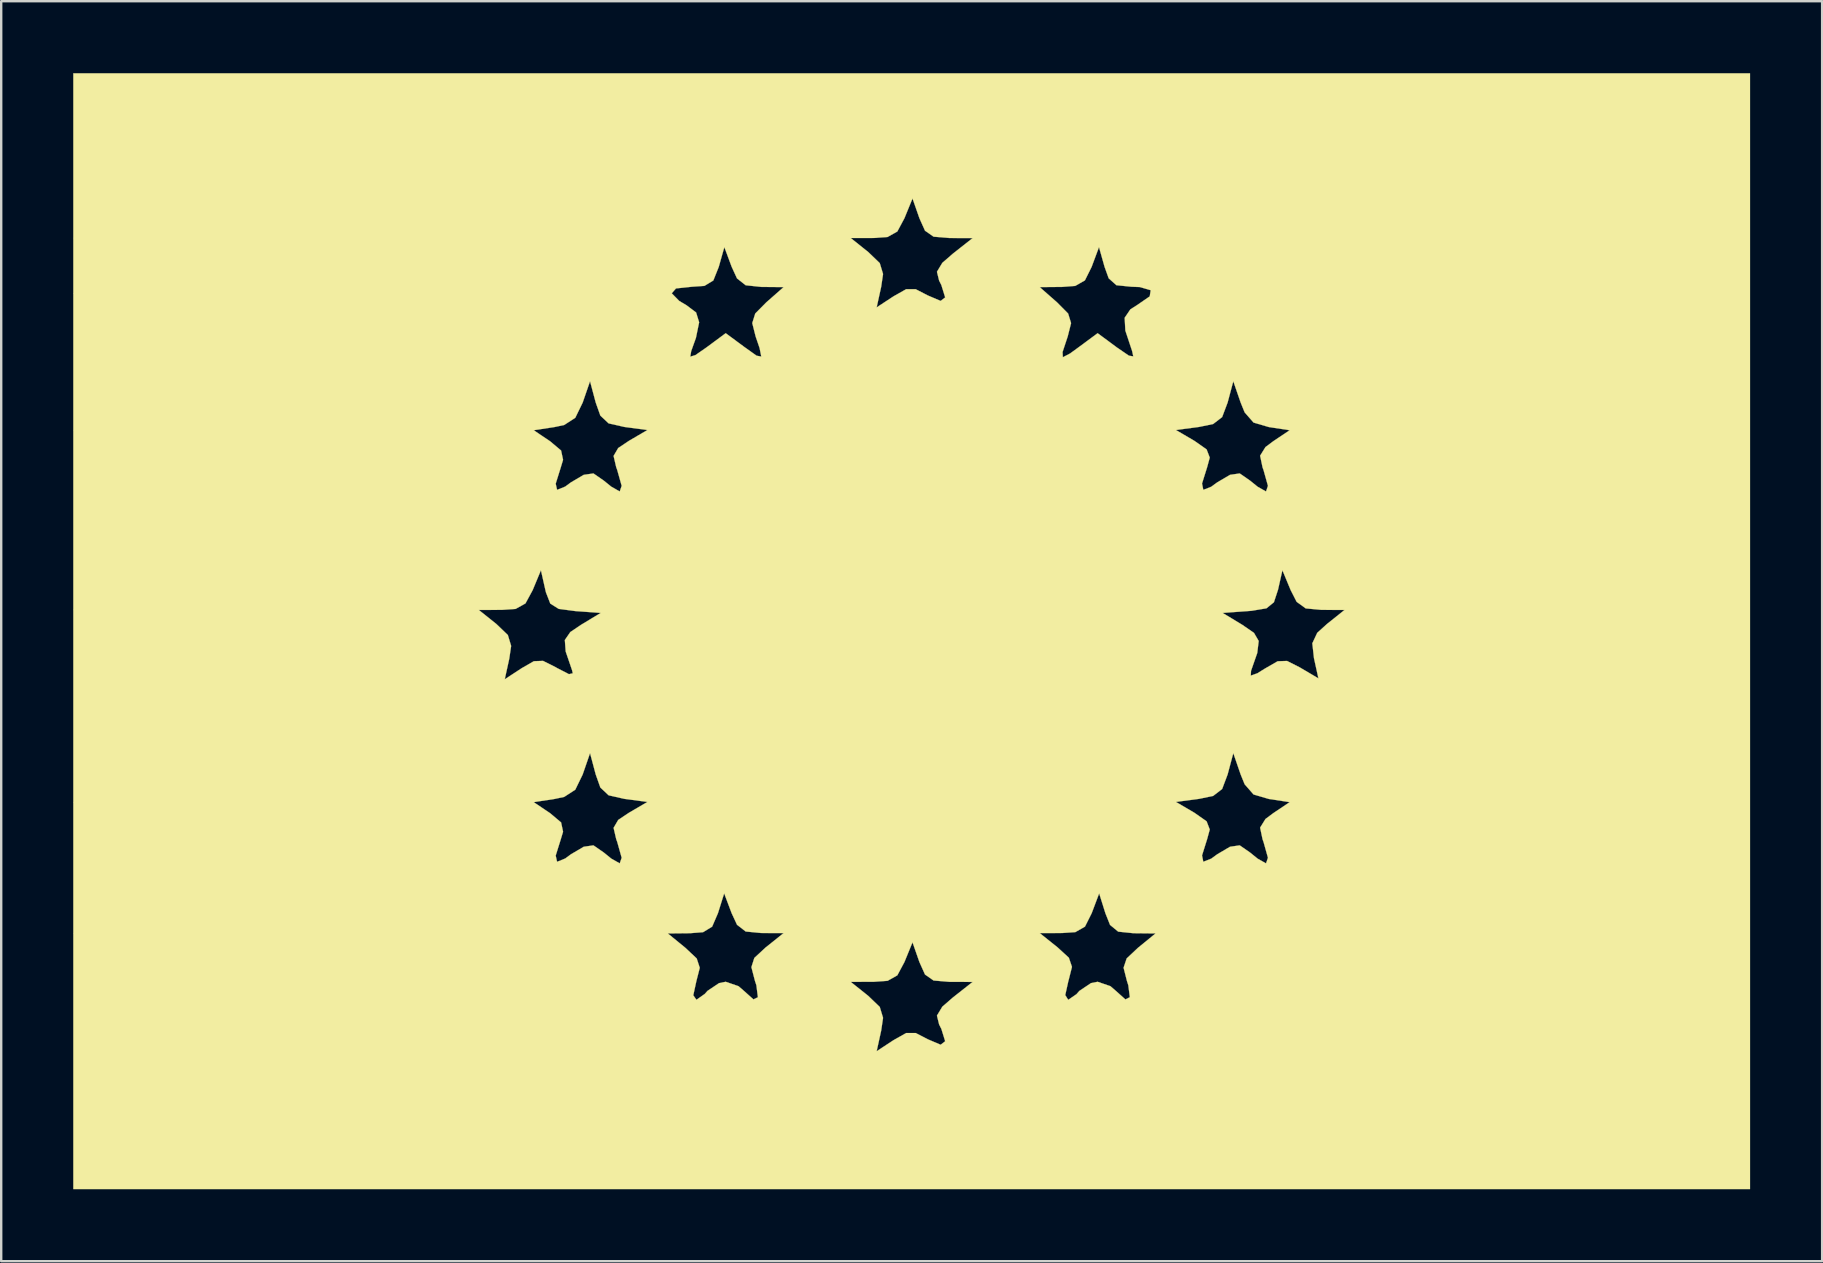
<source format=kicad_pcb>
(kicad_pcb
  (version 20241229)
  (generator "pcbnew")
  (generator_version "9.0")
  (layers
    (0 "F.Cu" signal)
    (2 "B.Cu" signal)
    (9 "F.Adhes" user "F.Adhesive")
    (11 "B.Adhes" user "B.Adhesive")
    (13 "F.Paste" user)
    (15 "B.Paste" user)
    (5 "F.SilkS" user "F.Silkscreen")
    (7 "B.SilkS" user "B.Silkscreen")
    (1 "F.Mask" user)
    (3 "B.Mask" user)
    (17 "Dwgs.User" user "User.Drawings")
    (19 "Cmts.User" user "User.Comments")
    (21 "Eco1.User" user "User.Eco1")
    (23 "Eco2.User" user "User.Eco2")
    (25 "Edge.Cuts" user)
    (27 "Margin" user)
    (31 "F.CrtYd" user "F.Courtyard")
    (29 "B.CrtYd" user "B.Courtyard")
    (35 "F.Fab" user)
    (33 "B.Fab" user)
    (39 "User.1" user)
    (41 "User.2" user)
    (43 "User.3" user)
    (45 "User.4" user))
  (footprint "EUFlag"
    (layer "F.Cu")
    (at 34.803 23.119)
    (property "Reference" "EUFlag" (at 0 0 0) (layer "F.SilkS") (effects (font (size 1.524 1.524) (thickness 0.3))))
    (attr through_hole)
    (fp_poly (pts (xy 35.052 23.368) (xy -34.798 23.368) (xy -34.798 12.718) (xy -10.033 12.718) (xy -9.3 13.317) (xy -8.828 13.761) (xy -8.701 14.149) (xy -8.843 14.705) (xy -8.971 15.294) (xy -8.84 15.483) (xy -8.491 15.237) (xy -8.382 15.113) (xy -7.898 14.788) (xy -7.62 14.732) (xy -7.087 14.915) (xy -6.858 15.113) (xy -6.464 15.466) (xy -6.279 15.376) (xy -6.342 14.878) (xy -6.388 14.735) (xy -2.413 14.735) (xy -1.683 15.318) (xy -1.202 15.78) (xy -1.065 16.234) (xy -1.143 16.764) (xy -1.332 17.625) (xy -0.627 17.163) (xy -0.103 16.867) (xy 0.295 16.867) (xy 0.801 17.128) (xy 1.334 17.355) (xy 1.523 17.209) (xy 1.364 16.695) (xy 1.271 16.511) (xy 1.18 16.141) (xy 1.404 15.769) (xy 1.842 15.388) (xy 2.667 14.738) (xy 1.701 14.735) (xy 1.04 14.679) (xy 0.683 14.43) (xy 0.449 13.909) (xy 0.162 13.087) (xy -0.174 13.909) (xy -0.47 14.463) (xy -0.877 14.692) (xy -1.461 14.733) (xy -2.413 14.735) (xy -6.388 14.735) (xy -6.403 14.689) (xy -6.55 14.122) (xy -6.428 13.739) (xy -5.963 13.307) (xy -5.945 13.293) (xy -5.207 12.703) (xy 5.461 12.703) (xy 6.199 13.293) (xy 6.675 13.729) (xy 6.805 14.111) (xy 6.664 14.67) (xy 6.657 14.689) (xy 6.525 15.286) (xy 6.649 15.484) (xy 6.993 15.248) (xy 7.112 15.113) (xy 7.596 14.788) (xy 7.874 14.732) (xy 8.407 14.915) (xy 8.636 15.113) (xy 9.031 15.466) (xy 9.216 15.375) (xy 9.152 14.877) (xy 9.097 14.705) (xy 8.955 14.146) (xy 9.084 13.759) (xy 9.554 13.317) (xy 10.287 12.718) (xy 9.371 12.709) (xy 8.731 12.643) (xy 8.392 12.364) (xy 8.197 11.874) (xy 7.938 11.049) (xy 7.627 11.874) (xy 7.346 12.435) (xy 6.945 12.663) (xy 6.389 12.701) (xy 5.461 12.703) (xy -5.207 12.703) (xy -6.135 12.701) (xy -6.787 12.638) (xy -7.149 12.357) (xy -7.373 11.874) (xy -7.684 11.049) (xy -7.943 11.874) (xy -8.185 12.435) (xy -8.563 12.666) (xy -9.117 12.709) (xy -10.033 12.718) (xy -34.798 12.718) (xy -34.798 7.248) (xy -15.621 7.248) (xy -14.936 7.708) (xy -14.478 8.093) (xy -14.396 8.481) (xy -14.492 8.8) (xy -14.703 9.475) (xy -14.646 9.733) (xy -14.306 9.596) (xy -14.067 9.42) (xy -13.535 9.107) (xy -13.136 9.049) (xy -13.115 9.059) (xy -12.696 9.35) (xy -12.383 9.603) (xy -12.035 9.799) (xy -11.954 9.565) (xy -12.14 8.903) (xy -12.182 8.788) (xy -12.291 8.319) (xy -12.099 7.99) (xy -11.654 7.692) (xy -10.881 7.239) (xy 11.135 7.239) (xy 11.908 7.692) (xy 12.414 8.047) (xy 12.545 8.388) (xy 12.436 8.788) (xy 12.223 9.469) (xy 12.276 9.733) (xy 12.61 9.601) (xy 12.857 9.42) (xy 13.389 9.107) (xy 13.788 9.049) (xy 13.809 9.059) (xy 14.228 9.35) (xy 14.541 9.603) (xy 14.889 9.799) (xy 14.97 9.565) (xy 14.785 8.905) (xy 14.746 8.8) (xy 14.643 8.31) (xy 14.867 7.949) (xy 15.19 7.708) (xy 15.875 7.248) (xy 15.008 7.116) (xy 14.37 6.929) (xy 13.999 6.504) (xy 13.833 6.096) (xy 13.526 5.207) (xy 13.289 6.096) (xy 13.061 6.701) (xy 12.685 6.99) (xy 12.093 7.112) (xy 11.135 7.239) (xy -10.881 7.239) (xy -11.839 7.112) (xy -12.498 6.963) (xy -12.842 6.64) (xy -13.035 6.096) (xy -13.272 5.207) (xy -13.579 6.096) (xy -13.887 6.73) (xy -14.35 7.03) (xy -14.754 7.116) (xy -15.621 7.248) (xy -34.798 7.248) (xy -34.798 -0.759) (xy -17.907 -0.759) (xy -17.177 -0.176) (xy -16.696 0.286) (xy -16.559 0.74) (xy -16.637 1.27) (xy -16.826 2.131) (xy -16.121 1.669) (xy -15.613 1.377) (xy -15.23 1.363) (xy -14.707 1.625) (xy -14.65 1.659) (xy -14.15 1.917) (xy -13.991 1.88) (xy -14.02 1.754) (xy -14.287 0.971) (xy -14.322 0.494) (xy -14.094 0.162) (xy -13.652 -0.136) (xy -12.827 -0.635) (xy 13.081 -0.635) (xy 13.906 -0.136) (xy 14.388 0.197) (xy 14.584 0.534) (xy 14.524 1.034) (xy 14.265 1.777) (xy 14.254 1.978) (xy 14.53 1.879) (xy 14.847 1.682) (xy 15.374 1.379) (xy 15.766 1.366) (xy 16.299 1.636) (xy 16.322 1.65) (xy 17.072 2.092) (xy 16.887 1.25) (xy 16.818 0.631) (xy 17.023 0.194) (xy 17.431 -0.176) (xy 18.161 -0.759) (xy 17.209 -0.761) (xy 16.543 -0.823) (xy 16.165 -1.097) (xy 15.915 -1.587) (xy 15.572 -2.413) (xy 15.389 -1.601) (xy 15.218 -1.079) (xy 14.908 -0.827) (xy 14.287 -0.723) (xy 14.143 -0.712) (xy 13.081 -0.635) (xy -12.827 -0.635) (xy -13.889 -0.712) (xy -14.577 -0.803) (xy -14.927 -1.022) (xy -15.109 -1.491) (xy -15.135 -1.601) (xy -15.318 -2.413) (xy -15.661 -1.587) (xy -15.962 -1.031) (xy -16.373 -0.801) (xy -16.955 -0.761) (xy -17.907 -0.759) (xy -34.798 -0.759) (xy -34.798 -8.246) (xy -15.621 -8.246) (xy -14.936 -7.786) (xy -14.478 -7.401) (xy -14.396 -7.013) (xy -14.492 -6.694) (xy -14.703 -6.019) (xy -14.646 -5.761) (xy -14.306 -5.898) (xy -14.067 -6.074) (xy -13.535 -6.387) (xy -13.136 -6.445) (xy -13.115 -6.435) (xy -12.696 -6.144) (xy -12.383 -5.891) (xy -12.035 -5.695) (xy -11.954 -5.929) (xy -12.14 -6.591) (xy -12.182 -6.706) (xy -12.291 -7.175) (xy -12.099 -7.504) (xy -11.654 -7.802) (xy -10.881 -8.255) (xy 11.135 -8.255) (xy 11.908 -7.802) (xy 12.414 -7.447) (xy 12.545 -7.106) (xy 12.436 -6.706) (xy 12.223 -6.025) (xy 12.276 -5.761) (xy 12.61 -5.893) (xy 12.857 -6.074) (xy 13.389 -6.387) (xy 13.788 -6.445) (xy 13.809 -6.435) (xy 14.228 -6.144) (xy 14.541 -5.891) (xy 14.889 -5.695) (xy 14.97 -5.929) (xy 14.785 -6.589) (xy 14.746 -6.694) (xy 14.643 -7.184) (xy 14.867 -7.545) (xy 15.19 -7.786) (xy 15.875 -8.246) (xy 15.008 -8.378) (xy 14.37 -8.565) (xy 13.999 -8.99) (xy 13.833 -9.398) (xy 13.526 -10.287) (xy 13.289 -9.398) (xy 13.061 -8.793) (xy 12.685 -8.504) (xy 12.093 -8.382) (xy 11.135 -8.255) (xy -10.881 -8.255) (xy -11.839 -8.382) (xy -12.498 -8.531) (xy -12.842 -8.854) (xy -13.035 -9.398) (xy -13.272 -10.287) (xy -13.579 -9.398) (xy -13.887 -8.764) (xy -14.35 -8.464) (xy -14.754 -8.378) (xy -15.621 -8.246) (xy -34.798 -8.246) (xy -34.798 -13.951) (xy -9.869 -13.951) (xy -9.555 -13.631) (xy -9.256 -13.454) (xy -8.854 -13.152) (xy -8.727 -12.742) (xy -8.861 -12.092) (xy -9.058 -11.542) (xy -9.097 -11.31) (xy -8.881 -11.376) (xy -8.424 -11.693) (xy -7.62 -12.288) (xy -6.858 -11.724) (xy -6.334 -11.351) (xy -6.138 -11.315) (xy -6.209 -11.67) (xy -6.372 -12.147) (xy -6.514 -12.71) (xy -6.389 -13.109) (xy -5.928 -13.574) (xy -5.207 -14.208) (xy -6.135 -14.216) (xy -6.788 -14.285) (xy -7.149 -14.57) (xy -7.37 -15.05) (xy -7.677 -15.875) (xy -7.91 -15.05) (xy -8.136 -14.484) (xy -8.507 -14.259) (xy -9.024 -14.224) (xy -9.691 -14.153) (xy -9.869 -13.951) (xy -34.798 -13.951) (xy -34.798 -16.253) (xy -2.413 -16.253) (xy -1.683 -15.67) (xy -1.202 -15.208) (xy -1.065 -14.754) (xy -1.143 -14.224) (xy -1.332 -13.363) (xy -0.627 -13.825) (xy -0.103 -14.121) (xy 0.295 -14.121) (xy 0.801 -13.86) (xy 1.334 -13.633) (xy 1.523 -13.779) (xy 1.39 -14.208) (xy 5.461 -14.208) (xy 6.182 -13.574) (xy 6.645 -13.107) (xy 6.768 -12.708) (xy 6.626 -12.147) (xy 6.413 -11.503) (xy 6.425 -11.286) (xy 6.725 -11.442) (xy 7.112 -11.724) (xy 7.874 -12.288) (xy 8.678 -11.693) (xy 9.177 -11.352) (xy 9.359 -11.323) (xy 9.312 -11.542) (xy 9.029 -12.395) (xy 9 -12.931) (xy 9.238 -13.281) (xy 9.51 -13.454) (xy 10.045 -13.822) (xy 10.085 -14.079) (xy 9.635 -14.21) (xy 9.278 -14.224) (xy 8.656 -14.287) (xy 8.335 -14.574) (xy 8.164 -15.05) (xy 7.931 -15.875) (xy 7.624 -15.05) (xy 7.344 -14.488) (xy 6.941 -14.258) (xy 6.389 -14.216) (xy 5.461 -14.208) (xy 1.39 -14.208) (xy 1.364 -14.293) (xy 1.271 -14.477) (xy 1.18 -14.847) (xy 1.404 -15.219) (xy 1.842 -15.6) (xy 2.667 -16.25) (xy 1.701 -16.253) (xy 1.04 -16.309) (xy 0.683 -16.558) (xy 0.449 -17.079) (xy 0.162 -17.901) (xy -0.174 -17.079) (xy -0.47 -16.525) (xy -0.877 -16.296) (xy -1.461 -16.255) (xy -2.413 -16.253) (xy -34.798 -16.253) (xy -34.798 -23.114) (xy 35.052 -23.114) (xy 35.052 23.368)) (stroke (width 0.01) (type solid)) (fill yes) (layer "F.SilkS")))
  (gr_rect
    (start -3 -3)
    (end 72.86 49.492)
    (stroke (width 0.1) (type default))
    (fill no)
    (layer "Edge.Cuts")))
</source>
